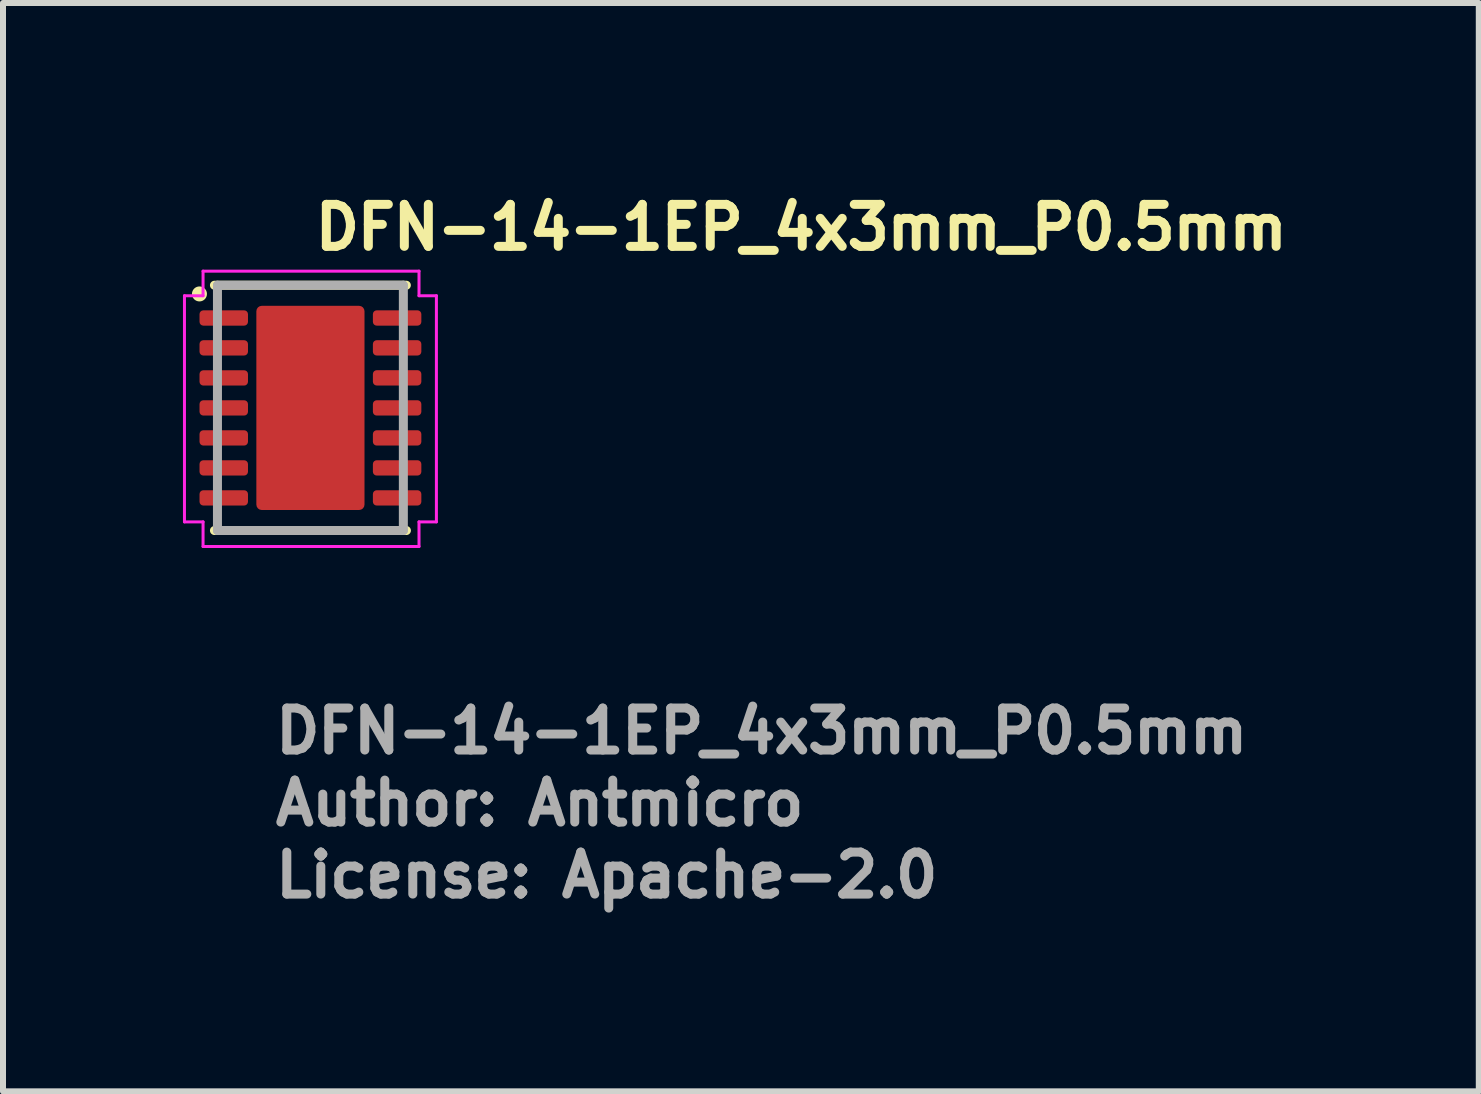
<source format=kicad_pcb>
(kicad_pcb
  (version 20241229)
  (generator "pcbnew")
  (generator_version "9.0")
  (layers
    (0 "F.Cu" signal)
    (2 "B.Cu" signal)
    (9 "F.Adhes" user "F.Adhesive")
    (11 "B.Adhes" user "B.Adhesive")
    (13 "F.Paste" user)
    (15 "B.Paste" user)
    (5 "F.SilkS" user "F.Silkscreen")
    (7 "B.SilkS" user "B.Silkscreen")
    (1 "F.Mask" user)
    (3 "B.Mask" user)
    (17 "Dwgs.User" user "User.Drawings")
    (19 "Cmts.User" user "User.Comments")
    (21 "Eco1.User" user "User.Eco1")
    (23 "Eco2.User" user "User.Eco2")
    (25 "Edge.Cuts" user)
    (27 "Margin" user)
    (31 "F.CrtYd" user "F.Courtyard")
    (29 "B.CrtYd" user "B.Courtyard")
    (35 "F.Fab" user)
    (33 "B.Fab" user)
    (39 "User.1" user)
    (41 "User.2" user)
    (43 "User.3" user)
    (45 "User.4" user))
  (footprint "DFN-14-1EP_4x3mm_P0.5mm"
    (layer "F.Cu")
    (at 2.125 3.75)
    (property "Reference" "DFN-14-1EP_4x3mm_P0.5mm" (at 0 -2.6 0) (layer "F.SilkS") (effects (font (size 0.7 0.7) (thickness 0.15)) (justify left bottom)))
    (attr smd)
    (fp_line (start -1.6 -2.045) (end 1.599 -2.045) (stroke (width 0.15) (type solid)) (layer "F.SilkS"))
    (fp_line (start -1.6 2.044) (end 1.6 2.044) (stroke (width 0.15) (type solid)) (layer "F.SilkS"))
    (fp_circle (center -1.85 -1.9) (end -1.8 -1.9) (stroke (width 0.15) (type solid)) (fill yes) (layer "F.SilkS"))
    (fp_line (start -2.1 -1.87) (end -1.79 -1.87) (stroke (width 0.05) (type solid)) (layer "F.CrtYd"))
    (fp_line (start -2.1 1.9) (end -2.1 -1.87) (stroke (width 0.05) (type solid)) (layer "F.CrtYd"))
    (fp_line (start -1.79 -2.28) (end 1.81 -2.28) (stroke (width 0.05) (type solid)) (layer "F.CrtYd"))
    (fp_line (start -1.79 -1.87) (end -1.79 -2.28) (stroke (width 0.05) (type solid)) (layer "F.CrtYd"))
    (fp_line (start -1.79 1.9) (end -2.1 1.9) (stroke (width 0.05) (type solid)) (layer "F.CrtYd"))
    (fp_line (start -1.79 2.31) (end -1.79 1.9) (stroke (width 0.05) (type solid)) (layer "F.CrtYd"))
    (fp_line (start 1.81 -2.28) (end 1.81 -1.87) (stroke (width 0.05) (type solid)) (layer "F.CrtYd"))
    (fp_line (start 1.81 1.9) (end 1.81 2.31) (stroke (width 0.05) (type solid)) (layer "F.CrtYd"))
    (fp_line (start 1.81 2.31) (end -1.79 2.31) (stroke (width 0.05) (type solid)) (layer "F.CrtYd"))
    (fp_line (start 2.1 -1.87) (end 1.81 -1.87) (stroke (width 0.05) (type solid)) (layer "F.CrtYd"))
    (fp_line (start 2.1 -1.87) (end 2.1 1.9) (stroke (width 0.05) (type solid)) (layer "F.CrtYd"))
    (fp_line (start 2.1 1.9) (end 1.81 1.9) (stroke (width 0.05) (type solid)) (layer "F.CrtYd"))
    (fp_line (start -1.55 -2.045) (end -1.55 2.044) (stroke (width 0.15) (type solid)) (layer "F.Fab"))
    (fp_line (start -1.55 2.044) (end 1.549 2.044) (stroke (width 0.15) (type solid)) (layer "F.Fab"))
    (fp_line (start 1.549 -2.045) (end -1.55 -2.045) (stroke (width 0.15) (type solid)) (layer "F.Fab"))
    (fp_line (start 1.549 2.044) (end 1.549 -2.045) (stroke (width 0.15) (type solid)) (layer "F.Fab"))
    (fp_rect (start -1.55 -2.045) (end 1.549 2.044) (stroke (width 0.1) (type solid)) (fill no) (layer "User.5"))
    (fp_line (start -1.55 -2.045) (end -1.55 2.044) (stroke (width 0.02) (type solid)) (layer "User.9"))
    (fp_line (start -1.55 2.044) (end 1.549 2.044) (stroke (width 0.02) (type solid)) (layer "User.9"))
    (fp_line (start -1.319 -1.499) (end -1.319 -1.499) (stroke (width 0.02) (type solid)) (layer "User.9"))
    (fp_line (start -1.319 -1.499) (end -1.317 -1.496) (stroke (width 0.02) (type solid)) (layer "User.9"))
    (fp_line (start -1.317 -1.511) (end -1.317 -1.507) (stroke (width 0.02) (type solid)) (layer "User.9"))
    (fp_line (start -1.317 -1.507) (end -1.317 -1.503) (stroke (width 0.02) (type solid)) (layer "User.9"))
    (fp_line (start -1.317 -1.503) (end -1.319 -1.499) (stroke (width 0.02) (type solid)) (layer "User.9"))
    (fp_line (start -1.317 -1.496) (end -1.317 -1.492) (stroke (width 0.02) (type solid)) (layer "User.9"))
    (fp_line (start -1.317 -1.492) (end -1.317 -1.489) (stroke (width 0.02) (type solid)) (layer "User.9"))
    (fp_line (start -1.317 -1.489) (end -1.316 -1.485) (stroke (width 0.02) (type solid)) (layer "User.9"))
    (fp_line (start -1.316 -1.515) (end -1.317 -1.511) (stroke (width 0.02) (type solid)) (layer "User.9"))
    (fp_line (start -1.316 -1.485) (end -1.315 -1.481) (stroke (width 0.02) (type solid)) (layer "User.9"))
    (fp_line (start -1.315 -1.519) (end -1.316 -1.515) (stroke (width 0.02) (type solid)) (layer "User.9"))
    (fp_line (start -1.315 -1.481) (end -1.314 -1.477) (stroke (width 0.02) (type solid)) (layer "User.9"))
    (fp_line (start -1.314 -1.523) (end -1.315 -1.519) (stroke (width 0.02) (type solid)) (layer "User.9"))
    (fp_line (start -1.314 -1.477) (end -1.313 -1.473) (stroke (width 0.02) (type solid)) (layer "User.9"))
    (fp_line (start -1.313 -1.526) (end -1.314 -1.523) (stroke (width 0.02) (type solid)) (layer "User.9"))
    (fp_line (start -1.313 -1.473) (end -1.311 -1.47) (stroke (width 0.02) (type solid)) (layer "User.9"))
    (fp_line (start -1.311 -1.53) (end -1.313 -1.526) (stroke (width 0.02) (type solid)) (layer "User.9"))
    (fp_line (start -1.311 -1.47) (end -1.31 -1.466) (stroke (width 0.02) (type solid)) (layer "User.9"))
    (fp_line (start -1.31 -1.534) (end -1.311 -1.53) (stroke (width 0.02) (type solid)) (layer "User.9"))
    (fp_line (start -1.31 -1.466) (end -1.308 -1.463) (stroke (width 0.02) (type solid)) (layer "User.9"))
    (fp_line (start -1.308 -1.536) (end -1.31 -1.534) (stroke (width 0.02) (type solid)) (layer "User.9"))
    (fp_line (start -1.308 -1.463) (end -1.306 -1.459) (stroke (width 0.02) (type solid)) (layer "User.9"))
    (fp_line (start -1.306 -1.541) (end -1.308 -1.536) (stroke (width 0.02) (type solid)) (layer "User.9"))
    (fp_line (start -1.306 -1.459) (end -1.304 -1.456) (stroke (width 0.02) (type solid)) (layer "User.9"))
    (fp_line (start -1.304 -1.543) (end -1.306 -1.541) (stroke (width 0.02) (type solid)) (layer "User.9"))
    (fp_line (start -1.304 -1.456) (end -1.302 -1.454) (stroke (width 0.02) (type solid)) (layer "User.9"))
    (fp_line (start -1.302 -1.546) (end -1.304 -1.543) (stroke (width 0.02) (type solid)) (layer "User.9"))
    (fp_line (start -1.302 -1.454) (end -1.301 -1.45) (stroke (width 0.02) (type solid)) (layer "User.9"))
    (fp_line (start -1.301 -1.55) (end -1.302 -1.546) (stroke (width 0.02) (type solid)) (layer "User.9"))
    (fp_line (start -1.301 -1.45) (end -1.298 -1.447) (stroke (width 0.02) (type solid)) (layer "User.9"))
    (fp_line (start -1.298 -1.552) (end -1.301 -1.55) (stroke (width 0.02) (type solid)) (layer "User.9"))
    (fp_line (start -1.298 -1.447) (end -1.296 -1.446) (stroke (width 0.02) (type solid)) (layer "User.9"))
    (fp_line (start -1.296 -1.554) (end -1.298 -1.552) (stroke (width 0.02) (type solid)) (layer "User.9"))
    (fp_line (start -1.296 -1.446) (end -1.293 -1.442) (stroke (width 0.02) (type solid)) (layer "User.9"))
    (fp_line (start -1.293 -1.558) (end -1.296 -1.554) (stroke (width 0.02) (type solid)) (layer "User.9"))
    (fp_line (start -1.293 -1.442) (end -1.29 -1.44) (stroke (width 0.02) (type solid)) (layer "User.9"))
    (fp_line (start -1.29 -1.559) (end -1.293 -1.558) (stroke (width 0.02) (type solid)) (layer "User.9"))
    (fp_line (start -1.29 -1.44) (end -1.287 -1.438) (stroke (width 0.02) (type solid)) (layer "User.9"))
    (fp_line (start -1.287 -1.562) (end -1.29 -1.559) (stroke (width 0.02) (type solid)) (layer "User.9"))
    (fp_line (start -1.287 -1.438) (end -1.283 -1.435) (stroke (width 0.02) (type solid)) (layer "User.9"))
    (fp_line (start -1.283 -1.565) (end -1.287 -1.562) (stroke (width 0.02) (type solid)) (layer "User.9"))
    (fp_line (start -1.283 -1.435) (end -1.28 -1.433) (stroke (width 0.02) (type solid)) (layer "User.9"))
    (fp_line (start -1.28 -1.567) (end -1.283 -1.565) (stroke (width 0.02) (type solid)) (layer "User.9"))
    (fp_line (start -1.28 -1.433) (end -1.277 -1.431) (stroke (width 0.02) (type solid)) (layer "User.9"))
    (fp_line (start -1.277 -1.569) (end -1.28 -1.567) (stroke (width 0.02) (type solid)) (layer "User.9"))
    (fp_line (start -1.277 -1.431) (end -1.274 -1.43) (stroke (width 0.02) (type solid)) (layer "User.9"))
    (fp_line (start -1.274 -1.57) (end -1.277 -1.569) (stroke (width 0.02) (type solid)) (layer "User.9"))
    (fp_line (start -1.274 -1.43) (end -1.27 -1.428) (stroke (width 0.02) (type solid)) (layer "User.9"))
    (fp_line (start -1.27 -1.572) (end -1.274 -1.57) (stroke (width 0.02) (type solid)) (layer "User.9"))
    (fp_line (start -1.27 -1.428) (end -1.268 -1.427) (stroke (width 0.02) (type solid)) (layer "User.9"))
    (fp_line (start -1.268 -1.572) (end -1.27 -1.572) (stroke (width 0.02) (type solid)) (layer "User.9"))
    (fp_line (start -1.268 -1.427) (end -1.264 -1.427) (stroke (width 0.02) (type solid)) (layer "User.9"))
    (fp_line (start -1.264 -1.573) (end -1.268 -1.572) (stroke (width 0.02) (type solid)) (layer "User.9"))
    (fp_line (start -1.264 -1.427) (end -1.26 -1.425) (stroke (width 0.02) (type solid)) (layer "User.9"))
    (fp_line (start -1.26 -1.575) (end -1.264 -1.573) (stroke (width 0.02) (type solid)) (layer "User.9"))
    (fp_line (start -1.26 -1.425) (end -1.257 -1.425) (stroke (width 0.02) (type solid)) (layer "User.9"))
    (fp_line (start -1.257 -1.575) (end -1.26 -1.575) (stroke (width 0.02) (type solid)) (layer "User.9"))
    (fp_line (start -1.257 -1.425) (end -1.252 -1.424) (stroke (width 0.02) (type solid)) (layer "User.9"))
    (fp_line (start -1.252 -1.576) (end -1.257 -1.575) (stroke (width 0.02) (type solid)) (layer "User.9"))
    (fp_line (start -1.252 -1.424) (end -1.248 -1.423) (stroke (width 0.02) (type solid)) (layer "User.9"))
    (fp_line (start -1.248 -1.577) (end -1.252 -1.576) (stroke (width 0.02) (type solid)) (layer "User.9"))
    (fp_line (start -1.248 -1.423) (end -1.244 -1.423) (stroke (width 0.02) (type solid)) (layer "User.9"))
    (fp_line (start -1.244 -1.577) (end -1.248 -1.577) (stroke (width 0.02) (type solid)) (layer "User.9"))
    (fp_line (start -1.244 -1.423) (end -1.24 -1.423) (stroke (width 0.02) (type solid)) (layer "User.9"))
    (fp_line (start -1.24 -1.577) (end -1.244 -1.577) (stroke (width 0.02) (type solid)) (layer "User.9"))
    (fp_line (start -1.24 -1.577) (end -1.24 -1.577) (stroke (width 0.02) (type solid)) (layer "User.9"))
    (fp_line (start -1.24 -1.423) (end -1.24 -1.423) (stroke (width 0.02) (type solid)) (layer "User.9"))
    (fp_line (start -1.24 -1.423) (end -1.237 -1.423) (stroke (width 0.02) (type solid)) (layer "User.9"))
    (fp_line (start -1.237 -1.577) (end -1.24 -1.577) (stroke (width 0.02) (type solid)) (layer "User.9"))
    (fp_line (start -1.237 -1.423) (end -1.233 -1.423) (stroke (width 0.02) (type solid)) (layer "User.9"))
    (fp_line (start -1.233 -1.577) (end -1.237 -1.577) (stroke (width 0.02) (type solid)) (layer "User.9"))
    (fp_line (start -1.233 -1.423) (end -1.229 -1.424) (stroke (width 0.02) (type solid)) (layer "User.9"))
    (fp_line (start -1.229 -1.576) (end -1.233 -1.577) (stroke (width 0.02) (type solid)) (layer "User.9"))
    (fp_line (start -1.229 -1.424) (end -1.225 -1.425) (stroke (width 0.02) (type solid)) (layer "User.9"))
    (fp_line (start -1.225 -1.575) (end -1.229 -1.576) (stroke (width 0.02) (type solid)) (layer "User.9"))
    (fp_line (start -1.225 -1.425) (end -1.221 -1.425) (stroke (width 0.02) (type solid)) (layer "User.9"))
    (fp_line (start -1.221 -1.575) (end -1.225 -1.575) (stroke (width 0.02) (type solid)) (layer "User.9"))
    (fp_line (start -1.221 -1.425) (end -1.217 -1.427) (stroke (width 0.02) (type solid)) (layer "User.9"))
    (fp_line (start -1.217 -1.573) (end -1.221 -1.575) (stroke (width 0.02) (type solid)) (layer "User.9"))
    (fp_line (start -1.217 -1.427) (end -1.213 -1.427) (stroke (width 0.02) (type solid)) (layer "User.9"))
    (fp_line (start -1.213 -1.572) (end -1.217 -1.573) (stroke (width 0.02) (type solid)) (layer "User.9"))
    (fp_line (start -1.213 -1.427) (end -1.21 -1.428) (stroke (width 0.02) (type solid)) (layer "User.9"))
    (fp_line (start -1.21 -1.572) (end -1.213 -1.572) (stroke (width 0.02) (type solid)) (layer "User.9"))
    (fp_line (start -1.21 -1.428) (end -1.207 -1.43) (stroke (width 0.02) (type solid)) (layer "User.9"))
    (fp_line (start -1.207 -1.57) (end -1.21 -1.572) (stroke (width 0.02) (type solid)) (layer "User.9"))
    (fp_line (start -1.207 -1.43) (end -1.204 -1.431) (stroke (width 0.02) (type solid)) (layer "User.9"))
    (fp_line (start -1.204 -1.569) (end -1.207 -1.57) (stroke (width 0.02) (type solid)) (layer "User.9"))
    (fp_line (start -1.204 -1.431) (end -1.201 -1.433) (stroke (width 0.02) (type solid)) (layer "User.9"))
    (fp_line (start -1.201 -1.567) (end -1.204 -1.569) (stroke (width 0.02) (type solid)) (layer "User.9"))
    (fp_line (start -1.201 -1.433) (end -1.198 -1.435) (stroke (width 0.02) (type solid)) (layer "User.9"))
    (fp_line (start -1.198 -1.565) (end -1.201 -1.567) (stroke (width 0.02) (type solid)) (layer "User.9"))
    (fp_line (start -1.198 -1.435) (end -1.195 -1.438) (stroke (width 0.02) (type solid)) (layer "User.9"))
    (fp_line (start -1.195 -1.562) (end -1.198 -1.565) (stroke (width 0.02) (type solid)) (layer "User.9"))
    (fp_line (start -1.195 -1.438) (end -1.192 -1.44) (stroke (width 0.02) (type solid)) (layer "User.9"))
    (fp_line (start -1.192 -1.559) (end -1.195 -1.562) (stroke (width 0.02) (type solid)) (layer "User.9"))
    (fp_line (start -1.192 -1.44) (end -1.188 -1.442) (stroke (width 0.02) (type solid)) (layer "User.9"))
    (fp_line (start -1.188 -1.558) (end -1.192 -1.559) (stroke (width 0.02) (type solid)) (layer "User.9"))
    (fp_line (start -1.188 -1.442) (end -1.185 -1.446) (stroke (width 0.02) (type solid)) (layer "User.9"))
    (fp_line (start -1.185 -1.554) (end -1.188 -1.558) (stroke (width 0.02) (type solid)) (layer "User.9"))
    (fp_line (start -1.185 -1.446) (end -1.183 -1.447) (stroke (width 0.02) (type solid)) (layer "User.9"))
    (fp_line (start -1.183 -1.552) (end -1.185 -1.554) (stroke (width 0.02) (type solid)) (layer "User.9"))
    (fp_line (start -1.183 -1.447) (end -1.18 -1.45) (stroke (width 0.02) (type solid)) (layer "User.9"))
    (fp_line (start -1.18 -1.55) (end -1.183 -1.552) (stroke (width 0.02) (type solid)) (layer "User.9"))
    (fp_line (start -1.18 -1.45) (end -1.178 -1.454) (stroke (width 0.02) (type solid)) (layer "User.9"))
    (fp_line (start -1.178 -1.546) (end -1.18 -1.55) (stroke (width 0.02) (type solid)) (layer "User.9"))
    (fp_line (start -1.178 -1.454) (end -1.176 -1.456) (stroke (width 0.02) (type solid)) (layer "User.9"))
    (fp_line (start -1.176 -1.543) (end -1.178 -1.546) (stroke (width 0.02) (type solid)) (layer "User.9"))
    (fp_line (start -1.176 -1.456) (end -1.174 -1.459) (stroke (width 0.02) (type solid)) (layer "User.9"))
    (fp_line (start -1.174 -1.541) (end -1.176 -1.543) (stroke (width 0.02) (type solid)) (layer "User.9"))
    (fp_line (start -1.174 -1.459) (end -1.172 -1.463) (stroke (width 0.02) (type solid)) (layer "User.9"))
    (fp_line (start -1.172 -1.536) (end -1.174 -1.541) (stroke (width 0.02) (type solid)) (layer "User.9"))
    (fp_line (start -1.172 -1.463) (end -1.17 -1.466) (stroke (width 0.02) (type solid)) (layer "User.9"))
    (fp_line (start -1.17 -1.534) (end -1.172 -1.536) (stroke (width 0.02) (type solid)) (layer "User.9"))
    (fp_line (start -1.17 -1.466) (end -1.169 -1.47) (stroke (width 0.02) (type solid)) (layer "User.9"))
    (fp_line (start -1.169 -1.53) (end -1.17 -1.534) (stroke (width 0.02) (type solid)) (layer "User.9"))
    (fp_line (start -1.169 -1.47) (end -1.167 -1.473) (stroke (width 0.02) (type solid)) (layer "User.9"))
    (fp_line (start -1.167 -1.526) (end -1.169 -1.53) (stroke (width 0.02) (type solid)) (layer "User.9"))
    (fp_line (start -1.167 -1.473) (end -1.166 -1.477) (stroke (width 0.02) (type solid)) (layer "User.9"))
    (fp_line (start -1.166 -1.523) (end -1.167 -1.526) (stroke (width 0.02) (type solid)) (layer "User.9"))
    (fp_line (start -1.166 -1.477) (end -1.165 -1.481) (stroke (width 0.02) (type solid)) (layer "User.9"))
    (fp_line (start -1.165 -1.519) (end -1.166 -1.523) (stroke (width 0.02) (type solid)) (layer "User.9"))
    (fp_line (start -1.165 -1.481) (end -1.164 -1.485) (stroke (width 0.02) (type solid)) (layer "User.9"))
    (fp_line (start -1.164 -1.515) (end -1.165 -1.519) (stroke (width 0.02) (type solid)) (layer "User.9"))
    (fp_line (start -1.164 -1.511) (end -1.164 -1.515) (stroke (width 0.02) (type solid)) (layer "User.9"))
    (fp_line (start -1.164 -1.489) (end -1.163 -1.492) (stroke (width 0.02) (type solid)) (layer "User.9"))
    (fp_line (start -1.164 -1.485) (end -1.164 -1.489) (stroke (width 0.02) (type solid)) (layer "User.9"))
    (fp_line (start -1.163 -1.507) (end -1.164 -1.511) (stroke (width 0.02) (type solid)) (layer "User.9"))
    (fp_line (start -1.163 -1.503) (end -1.163 -1.507) (stroke (width 0.02) (type solid)) (layer "User.9"))
    (fp_line (start -1.163 -1.499) (end -1.163 -1.503) (stroke (width 0.02) (type solid)) (layer "User.9"))
    (fp_line (start -1.163 -1.499) (end -1.163 -1.499) (stroke (width 0.02) (type solid)) (layer "User.9"))
    (fp_line (start -1.163 -1.499) (end -1.163 -1.499) (stroke (width 0.02) (type solid)) (layer "User.9"))
    (fp_line (start -1.163 -1.496) (end -1.163 -1.499) (stroke (width 0.02) (type solid)) (layer "User.9"))
    (fp_line (start -1.163 -1.492) (end -1.163 -1.496) (stroke (width 0.02) (type solid)) (layer "User.9"))
    (fp_line (start 1.549 -2.045) (end -1.55 -2.045) (stroke (width 0.02) (type solid)) (layer "User.9"))
    (fp_line (start 1.549 2.044) (end 1.549 -2.045) (stroke (width 0.02) (type solid)) (layer "User.9"))
    (fp_text user "Author: Antmicro" (at -0.659 6.998 0) (layer "F.Fab") (effects (font (size 0.7 0.7) (thickness 0.15)) (justify left bottom)))
    (fp_text user "License: Apache-2.0" (at -0.659 8.198 0) (layer "F.Fab") (effects (font (size 0.7 0.7) (thickness 0.15)) (justify left bottom)))
    (fp_text user "${REFERENCE}" (at -0.659 5.797 0) (layer "F.Fab") (effects (font (size 0.7 0.7) (thickness 0.15)) (justify left bottom)))
    (pad "" smd roundrect (at 0 -0.8) (size 1.3 1.3) (layers "F.Paste") (roundrect_rratio 0.05))
    (pad "" smd roundrect (at 0 0.8) (size 1.3 1.3) (layers "F.Paste") (roundrect_rratio 0.05))
    (pad "1" smd roundrect (at -1.445 -1.499) (size 0.808 0.255) (layers "F.Cu" "F.Mask" "F.Paste") (roundrect_rratio 0.25))
    (pad "2" smd roundrect (at -1.445 -1.001) (size 0.808 0.255) (layers "F.Cu" "F.Mask" "F.Paste") (roundrect_rratio 0.25))
    (pad "3" smd roundrect (at -1.445 -0.5) (size 0.808 0.255) (layers "F.Cu" "F.Mask" "F.Paste") (roundrect_rratio 0.25))
    (pad "4" smd roundrect (at -1.445 0) (size 0.808 0.255) (layers "F.Cu" "F.Mask" "F.Paste") (roundrect_rratio 0.25))
    (pad "5" smd roundrect (at -1.445 0.5) (size 0.808 0.255) (layers "F.Cu" "F.Mask" "F.Paste") (roundrect_rratio 0.25))
    (pad "6" smd roundrect (at -1.445 1) (size 0.808 0.255) (layers "F.Cu" "F.Mask" "F.Paste") (roundrect_rratio 0.25))
    (pad "7" smd roundrect (at -1.445 1.5) (size 0.808 0.255) (layers "F.Cu" "F.Mask" "F.Paste") (roundrect_rratio 0.25))
    (pad "8" smd roundrect (at 1.445 1.5) (size 0.808 0.255) (layers "F.Cu" "F.Mask" "F.Paste") (roundrect_rratio 0.25))
    (pad "9" smd roundrect (at 1.445 1) (size 0.808 0.255) (layers "F.Cu" "F.Mask" "F.Paste") (roundrect_rratio 0.25))
    (pad "10" smd roundrect (at 1.445 0.5) (size 0.808 0.255) (layers "F.Cu" "F.Mask" "F.Paste") (roundrect_rratio 0.25))
    (pad "11" smd roundrect (at 1.445 0) (size 0.808 0.255) (layers "F.Cu" "F.Mask" "F.Paste") (roundrect_rratio 0.25))
    (pad "12" smd roundrect (at 1.445 -0.501) (size 0.808 0.255) (layers "F.Cu" "F.Mask" "F.Paste") (roundrect_rratio 0.25))
    (pad "13" smd roundrect (at 1.445 -1.001) (size 0.808 0.255) (layers "F.Cu" "F.Mask" "F.Paste") (roundrect_rratio 0.25))
    (pad "14" smd roundrect (at 1.445 -1.499) (size 0.808 0.255) (layers "F.Cu" "F.Mask" "F.Paste") (roundrect_rratio 0.25))
    (pad "15" smd roundrect (at 0 0) (size 1.803 3.404) (layers "F.Cu" "F.Mask") (roundrect_rratio 0.05)))
  (gr_rect
    (start -3 -3)
    (end 21.602 15.143)
    (stroke (width 0.1) (type default))
    (fill no)
    (layer "Edge.Cuts")))
</source>
